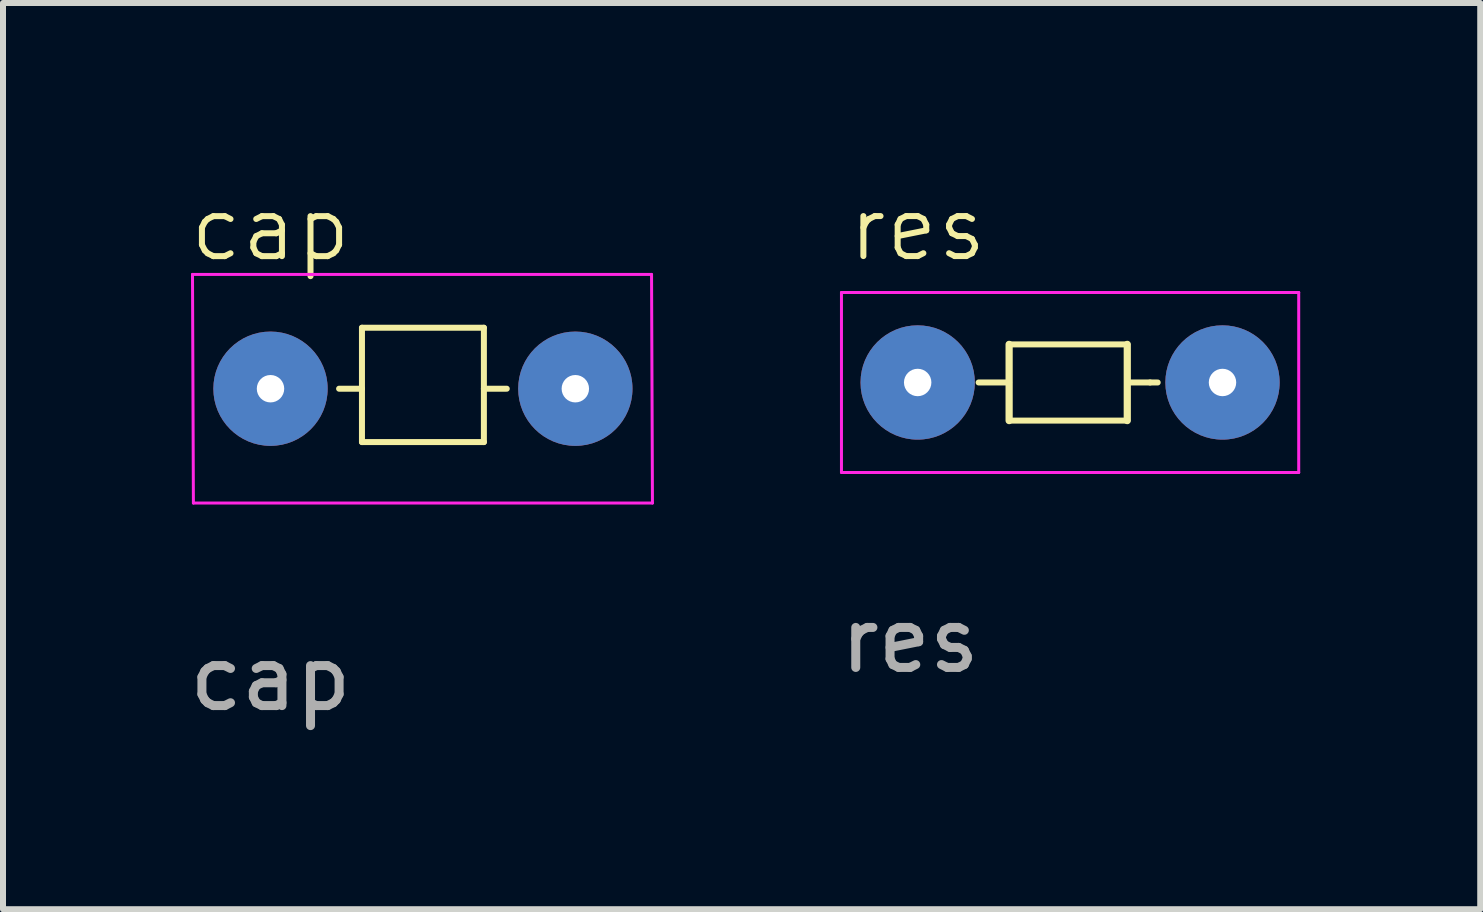
<source format=kicad_pcb>
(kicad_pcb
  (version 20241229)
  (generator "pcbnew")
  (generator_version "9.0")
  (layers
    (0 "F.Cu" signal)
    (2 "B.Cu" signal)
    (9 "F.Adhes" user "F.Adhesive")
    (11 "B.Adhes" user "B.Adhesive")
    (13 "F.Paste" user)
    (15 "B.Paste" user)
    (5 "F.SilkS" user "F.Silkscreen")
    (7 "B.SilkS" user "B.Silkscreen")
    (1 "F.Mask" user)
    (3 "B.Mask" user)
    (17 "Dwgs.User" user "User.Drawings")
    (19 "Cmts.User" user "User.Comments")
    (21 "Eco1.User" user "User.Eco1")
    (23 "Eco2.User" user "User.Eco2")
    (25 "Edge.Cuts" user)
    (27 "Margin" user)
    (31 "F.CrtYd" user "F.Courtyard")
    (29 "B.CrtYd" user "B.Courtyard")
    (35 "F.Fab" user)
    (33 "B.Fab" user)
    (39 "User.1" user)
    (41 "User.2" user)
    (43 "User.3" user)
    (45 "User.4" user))
  (footprint "cap"
    (layer "F.Cu")
    (at 1.458 3.428)
    (property "Reference" "cap" (at 0 -2.667 0) (unlocked yes) (layer "F.SilkS") (effects (font (size 1 1) (thickness 0.1))))
    (attr smd)
    (fp_line (start 1.524 -1.016) (end 1.524 0.889) (stroke (width 0.1) (type default)) (layer "F.SilkS"))
    (fp_line (start 1.524 -1.016) (end 3.556 -1.016) (stroke (width 0.1) (type default)) (layer "F.SilkS"))
    (fp_line (start 1.524 0) (end 1.143 0) (stroke (width 0.1) (type default)) (layer "F.SilkS"))
    (fp_line (start 3.556 -1.016) (end 3.556 0.889) (stroke (width 0.1) (type default)) (layer "F.SilkS"))
    (fp_line (start 3.556 0) (end 3.937 0) (stroke (width 0.1) (type default)) (layer "F.SilkS"))
    (fp_line (start 3.556 0.889) (end 1.524 0.889) (stroke (width 0.1) (type default)) (layer "F.SilkS"))
    (fp_line (start -1.3 -1.905) (end -1.285 1.905) (stroke (width 0.05) (type solid)) (layer "F.CrtYd"))
    (fp_line (start 6.35 -1.905) (end -1.3 -1.905) (stroke (width 0.05) (type default)) (layer "F.CrtYd"))
    (fp_line (start 6.365 1.905) (end -1.285 1.905) (stroke (width 0.05) (type default)) (layer "F.CrtYd"))
    (fp_line (start 6.365 1.905) (end 6.35 -1.905) (stroke (width 0.05) (type solid)) (layer "F.CrtYd"))
    (fp_text user "${REFERENCE}" (at 0 4.826 0) (unlocked yes) (layer "F.Fab") (effects (font (size 1 1) (thickness 0.15))))
    (pad "1" thru_hole oval (at 0 0) (size 1.905 1.905) (drill 0.457) (layers "*.Cu" "*.Mask"))
    (pad "2" thru_hole oval (at 5.08 0) (size 1.905 1.905) (drill 0.457) (layers "*.Cu" "*.Mask")))
  (footprint "res"
    (layer "F.Cu")
    (at 12.243 3.3)
    (property "Reference" "res" (at 0 -2.54 0) (unlocked yes) (layer "F.SilkS") (effects (font (size 1 1) (thickness 0.1))))
    (attr smd)
    (fp_line (start 1.524 -0.611) (end 1.524 0.659) (stroke (width 0.12) (type default)) (layer "F.SilkS"))
    (fp_line (start 1.524 -0.611) (end 3.493 -0.611) (stroke (width 0.1) (type default)) (layer "F.SilkS"))
    (fp_line (start 1.524 0.024) (end 1.016 0.024) (stroke (width 0.1) (type default)) (layer "F.SilkS"))
    (fp_line (start 1.524 0.659) (end 3.493 0.659) (stroke (width 0.1) (type default)) (layer "F.SilkS"))
    (fp_line (start 3.493 0.024) (end 3.873 0.024) (stroke (width 0.1) (type default)) (layer "F.SilkS"))
    (fp_line (start 3.493 0.659) (end 3.493 -0.611) (stroke (width 0.12) (type solid)) (layer "F.SilkS"))
    (fp_line (start 3.873 0.024) (end 4 0.024) (stroke (width 0.1) (type default)) (layer "F.SilkS"))
    (fp_line (start -1.27 -1.476) (end -1.27 1.524) (stroke (width 0.05) (type solid)) (layer "F.CrtYd"))
    (fp_line (start -1.27 1.524) (end 6.35 1.524) (stroke (width 0.05) (type default)) (layer "F.CrtYd"))
    (fp_line (start 6.35 -1.476) (end -1.27 -1.476) (stroke (width 0.05) (type default)) (layer "F.CrtYd"))
    (fp_line (start 6.35 1.524) (end 6.35 -1.476) (stroke (width 0.05) (type solid)) (layer "F.CrtYd"))
    (fp_text user "${REFERENCE}" (at -0.127 4.318 0) (unlocked yes) (layer "F.Fab") (effects (font (size 1 1) (thickness 0.15))))
    (pad "1" thru_hole oval (at 0 0.024) (size 1.905 1.905) (drill 0.457) (layers "*.Cu" "*.Mask"))
    (pad "2" thru_hole oval (at 5.08 0.024) (size 1.905 1.905) (drill 0.457) (layers "*.Cu" "*.Mask")))
  (gr_rect
    (start -3 -3)
    (end 21.618 12.102)
    (stroke (width 0.1) (type default))
    (fill no)
    (layer "Edge.Cuts")))
</source>
